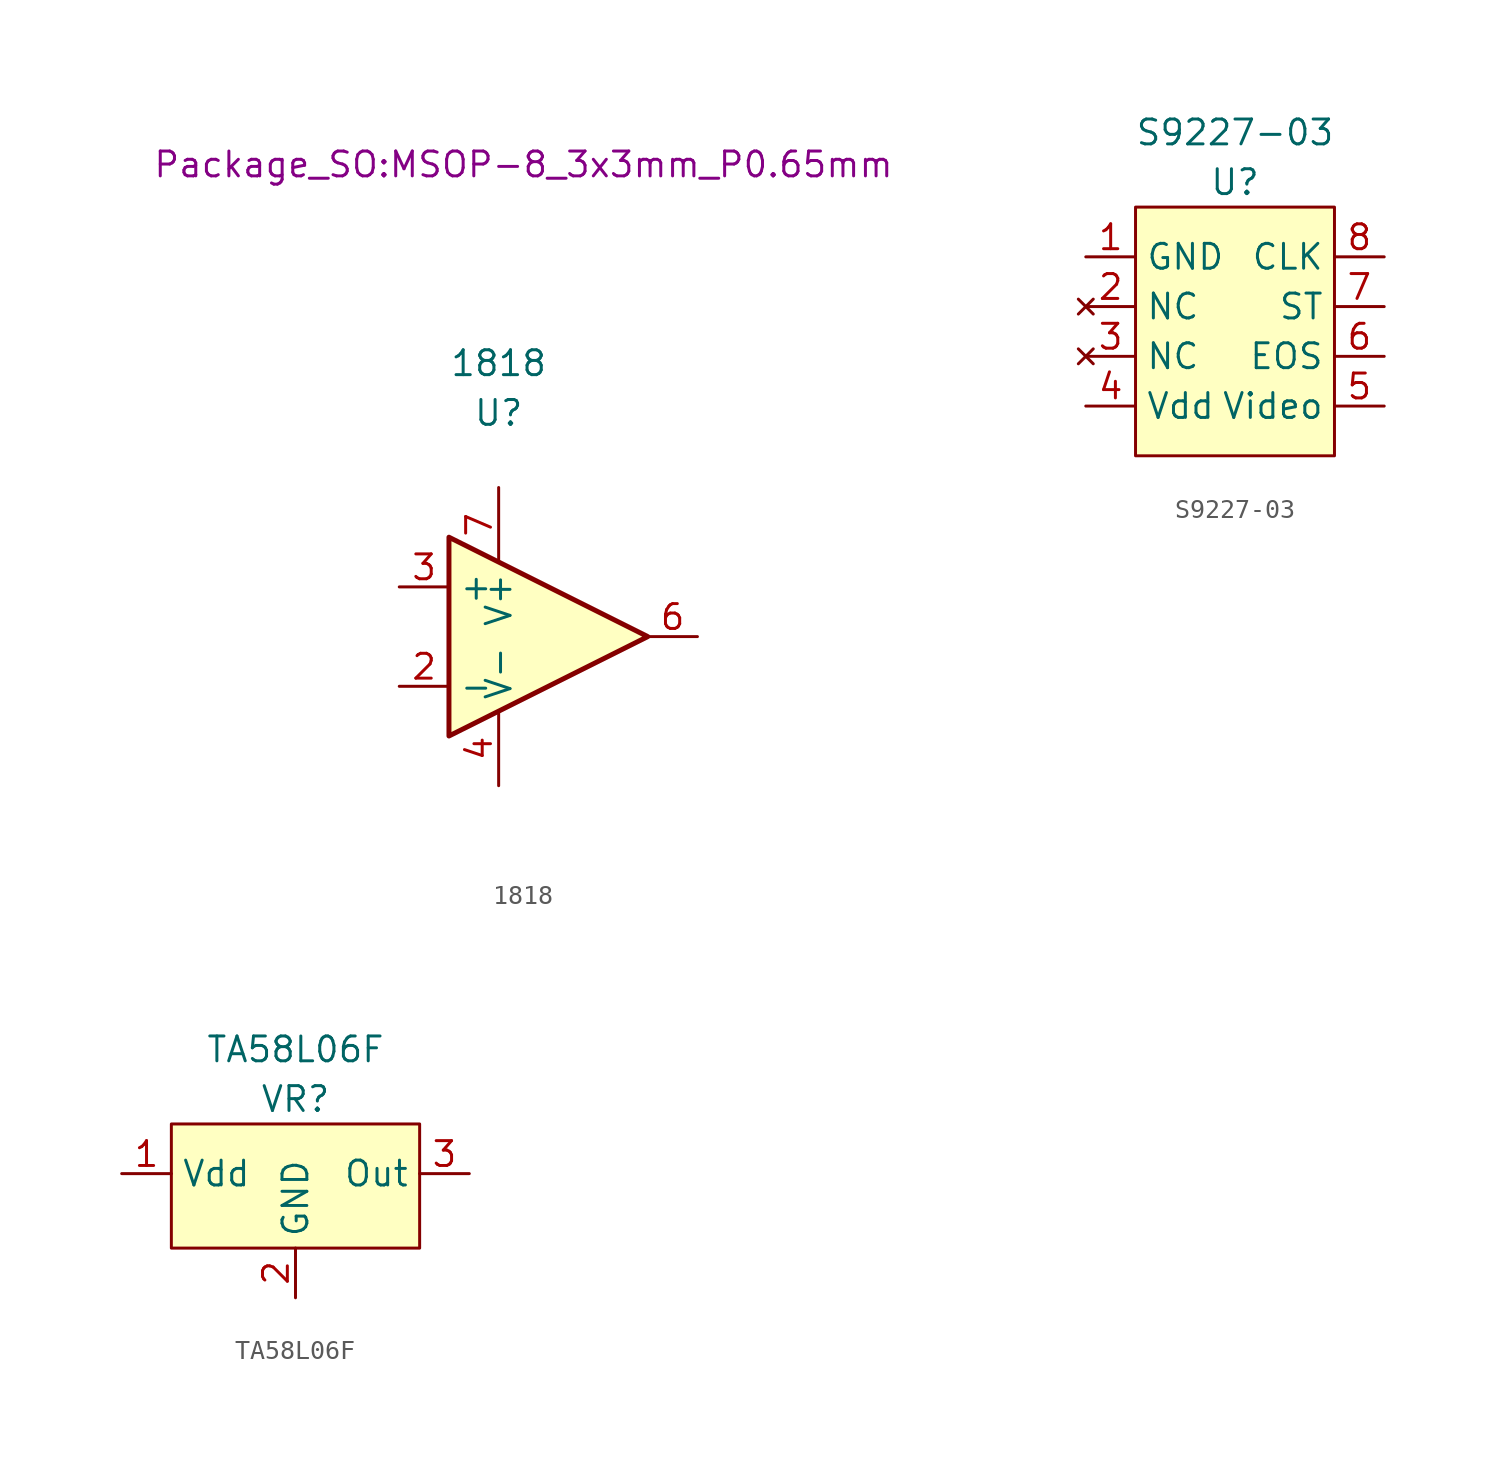
<source format=kicad_sym>
(kicad_symbol_lib
  (version 20211014)
  (generator kicad_symbol_editor)
  (symbol "1818"
    (property "Reference" "U"
      (at 0 0 0)
      (effects (font (size 1.27 1.27))))
    (property "Value" "1818"
      (at 0 2.54 0)
      (effects (font (size 1.27 1.27))))
    (property "Footprint" "Package_SO:MSOP-8_3x3mm_P0.65mm"
      (at 1.27 12.7 0)
      (effects (font (size 1.27 1.27))))
    (symbol "1818_0_1"
      (polyline (pts (xy 7.62 -11.43) (xy -2.54 -6.35) (xy -2.54 -16.51) (xy 7.62 -11.43)) (stroke (width 0.254) (type default) (color 0 0 0 0)) (fill (type background))))
    (symbol "1818_1_1"
      (pin no_connect line (at 6.35 -15.24 180) (length 2.54) hide (name "~" (effects (font (size 1.27 1.27)))) (number "1" (effects (font (size 1.27 1.27)))))
      (pin input line (at -5.08 -13.97 0) (length 2.54) (name "-" (effects (font (size 1.27 1.27)))) (number "2" (effects (font (size 1.27 1.27)))))
      (pin input line (at -5.08 -8.89 0) (length 2.54) (name "+" (effects (font (size 1.27 1.27)))) (number "3" (effects (font (size 1.27 1.27)))))
      (pin power_in line (at 0 -19.05 90) (length 3.81) (name "V-" (effects (font (size 1.27 1.27)))) (number "4" (effects (font (size 1.27 1.27)))))
      (pin no_connect line (at 6.35 -17.78 180) (length 2.54) hide (name "~" (effects (font (size 1.27 1.27)))) (number "5" (effects (font (size 1.27 1.27)))))
      (pin output line (at 10.16 -11.43 180) (length 2.54) (name "~" (effects (font (size 1.27 1.27)))) (number "6" (effects (font (size 1.27 1.27)))))
      (pin power_in line (at 0 -3.81 270) (length 3.81) (name "V+" (effects (font (size 1.27 1.27)))) (number "7" (effects (font (size 1.27 1.27)))))
      (pin no_connect line (at 6.35 -20.32 180) (length 2.54) hide (name "~" (effects (font (size 1.27 1.27)))) (number "8" (effects (font (size 1.27 1.27)))))))
  (symbol "S9227-03"
    (property "Reference" "U"
      (at 0 1.27 0)
      (effects (font (size 1.27 1.27))))
    (property "Value" "S9227-03"
      (at 0 3.81 0)
      (effects (font (size 1.27 1.27))))
    (symbol "S9227-03_0_1"
      (rectangle (start -5.08 0) (end 5.08 -12.7) (stroke (width 0.152) (type default) (color 0 0 0 0)) (fill (type background))))
    (symbol "S9227-03_1_1"
      (pin power_in line (at -7.62 -2.54 0) (length 2.54) (name "GND" (effects (font (size 1.27 1.27)))) (number "1" (effects (font (size 1.27 1.27)))))
      (pin no_connect line (at -7.62 -5.08 0) (length 2.54) (name "NC" (effects (font (size 1.27 1.27)))) (number "2" (effects (font (size 1.27 1.27)))))
      (pin no_connect line (at -7.62 -7.62 0) (length 2.54) (name "NC" (effects (font (size 1.27 1.27)))) (number "3" (effects (font (size 1.27 1.27)))))
      (pin power_in line (at -7.62 -10.16 0) (length 2.54) (name "Vdd" (effects (font (size 1.27 1.27)))) (number "4" (effects (font (size 1.27 1.27)))))
      (pin output line (at 7.62 -10.16 180) (length 2.54) (name "Video" (effects (font (size 1.27 1.27)))) (number "5" (effects (font (size 1.27 1.27)))))
      (pin output line (at 7.62 -7.62 180) (length 2.54) (name "EOS" (effects (font (size 1.27 1.27)))) (number "6" (effects (font (size 1.27 1.27)))))
      (pin input line (at 7.62 -5.08 180) (length 2.54) (name "ST" (effects (font (size 1.27 1.27)))) (number "7" (effects (font (size 1.27 1.27)))))
      (pin input line (at 7.62 -2.54 180) (length 2.54) (name "CLK" (effects (font (size 1.27 1.27)))) (number "8" (effects (font (size 1.27 1.27)))))))
  (symbol "TA58L06F"
    (property "Reference" "VR"
      (at 0 0 0)
      (effects (font (size 1.27 1.27))))
    (property "Value" "TA58L06F"
      (at 0 2.54 0)
      (effects (font (size 1.27 1.27))))
    (symbol "TA58L06F_0_1"
      (rectangle (start -6.35 -1.27) (end 6.35 -7.62) (stroke (width 0.152) (type default) (color 0 0 0 0)) (fill (type background))))
    (symbol "TA58L06F_1_1"
      (pin power_in line (at -8.89 -3.81 0) (length 2.54) (name "Vdd" (effects (font (size 1.27 1.27)))) (number "1" (effects (font (size 1.27 1.27)))))
      (pin power_in line (at 0 -10.16 90) (length 2.54) (name "GND" (effects (font (size 1.27 1.27)))) (number "2" (effects (font (size 1.27 1.27)))))
      (pin power_out line (at 8.89 -3.81 180) (length 2.54) (name "Out" (effects (font (size 1.27 1.27)))) (number "3" (effects (font (size 1.27 1.27))))))))
</source>
